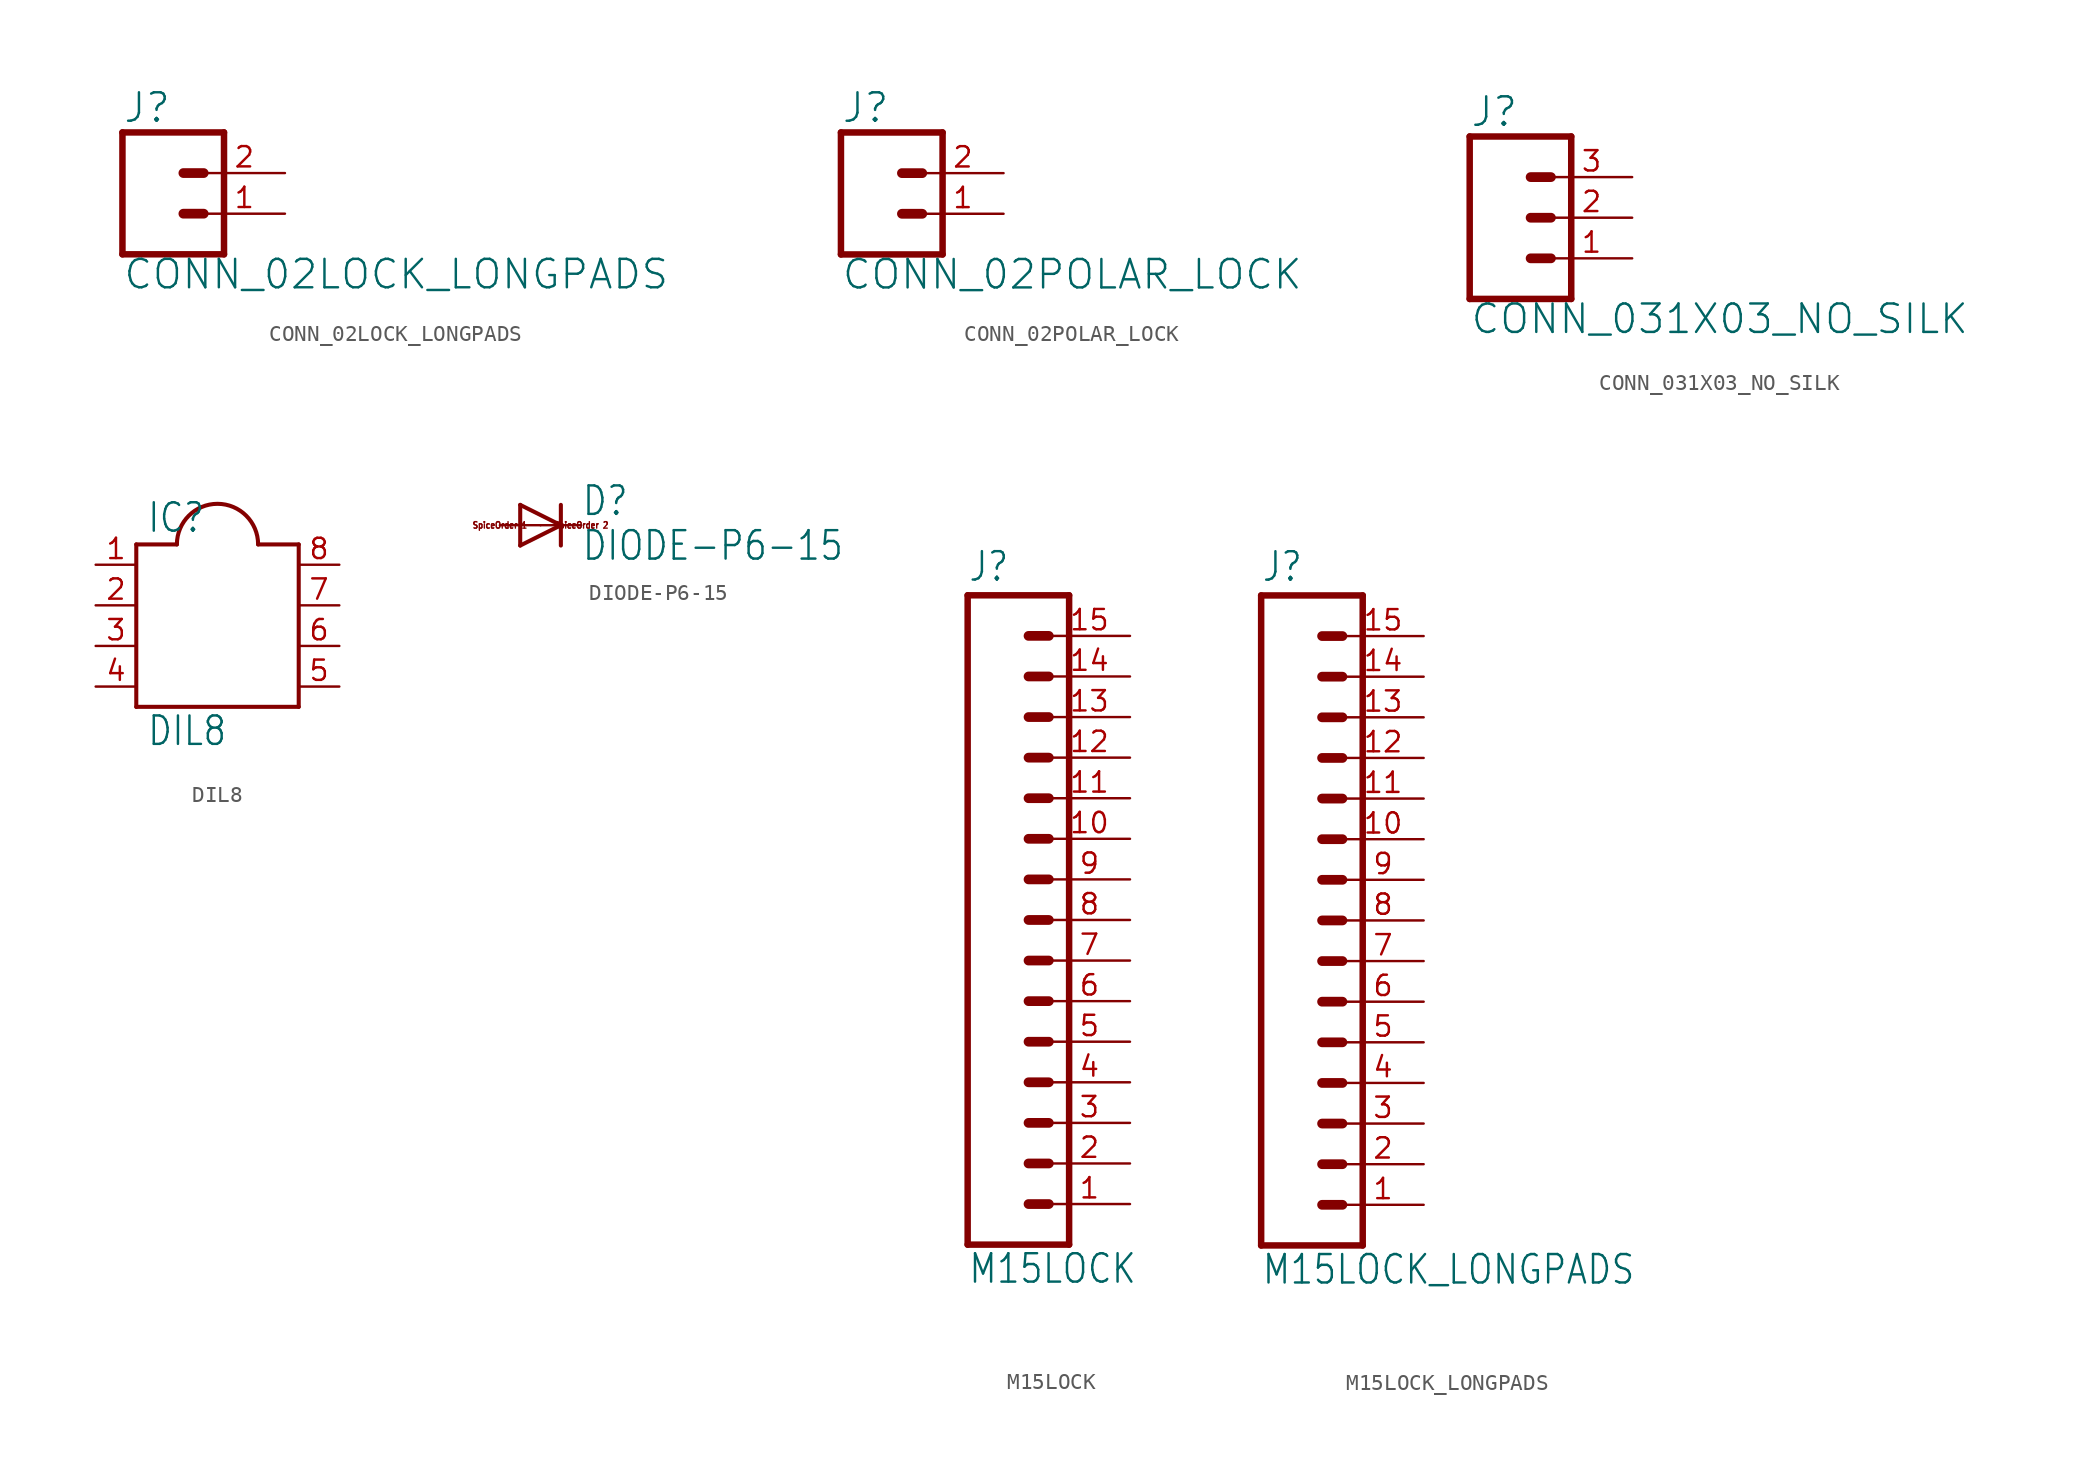
<source format=kicad_sym>
(kicad_symbol_lib
  (version 20211014)
  (generator kicad_symbol_editor)
  (symbol "CONN_02LOCK_LONGPADS"
    (property "Reference" "J"
      (at -2.54 5.588 0)
      (effects (font (size 1.778 1.778)) (justify left bottom)))
    (property "Value" "CONN_02LOCK_LONGPADS"
      (at -2.54 -4.826 0)
      (effects (font (size 1.778 1.778)) (justify left bottom)))
    (property "ki_locked" ""
      (at 0 0 0)
      (effects (font (size 1.27 1.27))))
    (symbol "CONN_02LOCK_LONGPADS_1_0"
      (polyline (pts (xy -2.54 5.08) (xy -2.54 -2.54)) (stroke (width 0.406) (type default) (color 0 0 0 0)) (fill (type none)))
      (polyline (pts (xy -2.54 5.08) (xy 3.81 5.08)) (stroke (width 0.406) (type default) (color 0 0 0 0)) (fill (type none)))
      (polyline (pts (xy 1.27 0) (xy 2.54 0)) (stroke (width 0.61) (type default) (color 0 0 0 0)) (fill (type none)))
      (polyline (pts (xy 1.27 2.54) (xy 2.54 2.54)) (stroke (width 0.61) (type default) (color 0 0 0 0)) (fill (type none)))
      (polyline (pts (xy 3.81 -2.54) (xy -2.54 -2.54)) (stroke (width 0.406) (type default) (color 0 0 0 0)) (fill (type none)))
      (polyline (pts (xy 3.81 -2.54) (xy 3.81 5.08)) (stroke (width 0.406) (type default) (color 0 0 0 0)) (fill (type none)))
      (pin passive line (at 7.62 0 180) (length 5.08) (name "1" (effects (font (size 0 0)))) (number "1" (effects (font (size 1.27 1.27)))))
      (pin passive line (at 7.62 2.54 180) (length 5.08) (name "2" (effects (font (size 0 0)))) (number "2" (effects (font (size 1.27 1.27)))))))
  (symbol "CONN_02POLAR_LOCK"
    (property "Reference" "J"
      (at -2.54 5.588 0)
      (effects (font (size 1.778 1.778)) (justify left bottom)))
    (property "Value" "CONN_02POLAR_LOCK"
      (at -2.54 -4.826 0)
      (effects (font (size 1.778 1.778)) (justify left bottom)))
    (property "ki_locked" ""
      (at 0 0 0)
      (effects (font (size 1.27 1.27))))
    (symbol "CONN_02POLAR_LOCK_1_0"
      (polyline (pts (xy -2.54 5.08) (xy -2.54 -2.54)) (stroke (width 0.406) (type default) (color 0 0 0 0)) (fill (type none)))
      (polyline (pts (xy -2.54 5.08) (xy 3.81 5.08)) (stroke (width 0.406) (type default) (color 0 0 0 0)) (fill (type none)))
      (polyline (pts (xy 1.27 0) (xy 2.54 0)) (stroke (width 0.61) (type default) (color 0 0 0 0)) (fill (type none)))
      (polyline (pts (xy 1.27 2.54) (xy 2.54 2.54)) (stroke (width 0.61) (type default) (color 0 0 0 0)) (fill (type none)))
      (polyline (pts (xy 3.81 -2.54) (xy -2.54 -2.54)) (stroke (width 0.406) (type default) (color 0 0 0 0)) (fill (type none)))
      (polyline (pts (xy 3.81 -2.54) (xy 3.81 5.08)) (stroke (width 0.406) (type default) (color 0 0 0 0)) (fill (type none)))
      (pin passive line (at 7.62 0 180) (length 5.08) (name "1" (effects (font (size 0 0)))) (number "1" (effects (font (size 1.27 1.27)))))
      (pin passive line (at 7.62 2.54 180) (length 5.08) (name "2" (effects (font (size 0 0)))) (number "2" (effects (font (size 1.27 1.27)))))))
  (symbol "CONN_031X03_NO_SILK"
    (property "Reference" "J"
      (at -2.54 5.588 0)
      (effects (font (size 1.778 1.778)) (justify left bottom)))
    (property "Value" "CONN_031X03_NO_SILK"
      (at -2.54 -7.366 0)
      (effects (font (size 1.778 1.778)) (justify left bottom)))
    (property "ki_locked" ""
      (at 0 0 0)
      (effects (font (size 1.27 1.27))))
    (symbol "CONN_031X03_NO_SILK_1_0"
      (polyline (pts (xy -2.54 5.08) (xy -2.54 -5.08)) (stroke (width 0.406) (type default) (color 0 0 0 0)) (fill (type none)))
      (polyline (pts (xy -2.54 5.08) (xy 3.81 5.08)) (stroke (width 0.406) (type default) (color 0 0 0 0)) (fill (type none)))
      (polyline (pts (xy 1.27 -2.54) (xy 2.54 -2.54)) (stroke (width 0.61) (type default) (color 0 0 0 0)) (fill (type none)))
      (polyline (pts (xy 1.27 0) (xy 2.54 0)) (stroke (width 0.61) (type default) (color 0 0 0 0)) (fill (type none)))
      (polyline (pts (xy 1.27 2.54) (xy 2.54 2.54)) (stroke (width 0.61) (type default) (color 0 0 0 0)) (fill (type none)))
      (polyline (pts (xy 3.81 -5.08) (xy -2.54 -5.08)) (stroke (width 0.406) (type default) (color 0 0 0 0)) (fill (type none)))
      (polyline (pts (xy 3.81 -5.08) (xy 3.81 5.08)) (stroke (width 0.406) (type default) (color 0 0 0 0)) (fill (type none)))
      (pin passive line (at 7.62 -2.54 180) (length 5.08) (name "1" (effects (font (size 0 0)))) (number "1" (effects (font (size 1.27 1.27)))))
      (pin passive line (at 7.62 0 180) (length 5.08) (name "2" (effects (font (size 0 0)))) (number "2" (effects (font (size 1.27 1.27)))))
      (pin passive line (at 7.62 2.54 180) (length 5.08) (name "3" (effects (font (size 0 0)))) (number "3" (effects (font (size 1.27 1.27)))))))
  (symbol "DIL8"
    (property "Reference" "IC"
      (at -4.445 4.445 0)
      (effects (font (size 1.778 1.511)) (justify left bottom)))
    (property "Value" "DIL8"
      (at -4.445 -8.89 0)
      (effects (font (size 1.778 1.511)) (justify left bottom)))
    (property "ki_locked" ""
      (at 0 0 0)
      (effects (font (size 1.27 1.27))))
    (symbol "DIL8_1_0"
      (polyline (pts (xy -5.08 -6.35) (xy 5.08 -6.35)) (stroke (width 0.254) (type default) (color 0 0 0 0)) (fill (type none)))
      (polyline (pts (xy -5.08 3.81) (xy -5.08 -6.35)) (stroke (width 0.254) (type default) (color 0 0 0 0)) (fill (type none)))
      (polyline (pts (xy -5.08 3.81) (xy -2.54 3.81)) (stroke (width 0.254) (type default) (color 0 0 0 0)) (fill (type none)))
      (polyline (pts (xy 5.08 -6.35) (xy 5.08 3.81)) (stroke (width 0.254) (type default) (color 0 0 0 0)) (fill (type none)))
      (polyline (pts (xy 5.08 3.81) (xy 2.54 3.81)) (stroke (width 0.254) (type default) (color 0 0 0 0)) (fill (type none)))
      (arc (start 2.54 3.81) (mid 0 6.35) (end -2.54 3.81) (stroke (width 0.254) (type default) (color 0 0 0 0)) (fill (type none)))
      (pin passive line (at -7.62 2.54 0) (length 2.54) (name "1" (effects (font (size 0 0)))) (number "1" (effects (font (size 1.27 1.27)))))
      (pin passive line (at -7.62 0 0) (length 2.54) (name "2" (effects (font (size 0 0)))) (number "2" (effects (font (size 1.27 1.27)))))
      (pin passive line (at -7.62 -2.54 0) (length 2.54) (name "3" (effects (font (size 0 0)))) (number "3" (effects (font (size 1.27 1.27)))))
      (pin passive line (at -7.62 -5.08 0) (length 2.54) (name "4" (effects (font (size 0 0)))) (number "4" (effects (font (size 1.27 1.27)))))
      (pin passive line (at 7.62 -5.08 180) (length 2.54) (name "5" (effects (font (size 0 0)))) (number "5" (effects (font (size 1.27 1.27)))))
      (pin passive line (at 7.62 -2.54 180) (length 2.54) (name "6" (effects (font (size 0 0)))) (number "6" (effects (font (size 1.27 1.27)))))
      (pin passive line (at 7.62 0 180) (length 2.54) (name "7" (effects (font (size 0 0)))) (number "7" (effects (font (size 1.27 1.27)))))
      (pin passive line (at 7.62 2.54 180) (length 2.54) (name "8" (effects (font (size 0 0)))) (number "8" (effects (font (size 1.27 1.27)))))))
  (symbol "DIODE-P6-15"
    (property "Reference" "D"
      (at 2.54 0.483 0)
      (effects (font (size 1.778 1.511)) (justify left bottom)))
    (property "Value" "DIODE-P6-15"
      (at 2.54 -2.311 0)
      (effects (font (size 1.778 1.511)) (justify left bottom)))
    (property "ki_locked" ""
      (at 0 0 0)
      (effects (font (size 1.27 1.27))))
    (symbol "DIODE-P6-15_1_0"
      (polyline (pts (xy -1.27 -1.27) (xy 1.27 0)) (stroke (width 0.254) (type default) (color 0 0 0 0)) (fill (type none)))
      (polyline (pts (xy -1.27 1.27) (xy -1.27 -1.27)) (stroke (width 0.254) (type default) (color 0 0 0 0)) (fill (type none)))
      (polyline (pts (xy 1.27 0) (xy -1.27 1.27)) (stroke (width 0.254) (type default) (color 0 0 0 0)) (fill (type none)))
      (polyline (pts (xy 1.27 0) (xy 1.27 -1.27)) (stroke (width 0.254) (type default) (color 0 0 0 0)) (fill (type none)))
      (polyline (pts (xy 1.27 1.27) (xy 1.27 0)) (stroke (width 0.254) (type default) (color 0 0 0 0)) (fill (type none)))
      (text "SpiceOrder 1" (at -2.54 0 0) (effects (font (size 0.406 0.345))))
      (text "SpiceOrder 2" (at 2.54 0 0) (effects (font (size 0.406 0.345))))
      (pin passive line (at -2.54 0 0) (length 2.54) (name "A" (effects (font (size 0 0)))) (number "A" (effects (font (size 0 0)))))
      (pin passive line (at 2.54 0 180) (length 2.54) (name "C" (effects (font (size 0 0)))) (number "C" (effects (font (size 0 0)))))))
  (symbol "M15LOCK"
    (property "Reference" "J"
      (at 0 21.082 0)
      (effects (font (size 1.778 1.511)) (justify left bottom)))
    (property "Value" "M15LOCK"
      (at 0 -22.86 0)
      (effects (font (size 1.778 1.511)) (justify left bottom)))
    (property "ki_locked" ""
      (at 0 0 0)
      (effects (font (size 1.27 1.27))))
    (symbol "M15LOCK_1_0"
      (polyline (pts (xy 0 20.32) (xy 0 -20.32)) (stroke (width 0.406) (type default) (color 0 0 0 0)) (fill (type none)))
      (polyline (pts (xy 0 20.32) (xy 6.35 20.32)) (stroke (width 0.406) (type default) (color 0 0 0 0)) (fill (type none)))
      (polyline (pts (xy 3.81 -17.78) (xy 5.08 -17.78)) (stroke (width 0.61) (type default) (color 0 0 0 0)) (fill (type none)))
      (polyline (pts (xy 3.81 -15.24) (xy 5.08 -15.24)) (stroke (width 0.61) (type default) (color 0 0 0 0)) (fill (type none)))
      (polyline (pts (xy 3.81 -12.7) (xy 5.08 -12.7)) (stroke (width 0.61) (type default) (color 0 0 0 0)) (fill (type none)))
      (polyline (pts (xy 3.81 -10.16) (xy 5.08 -10.16)) (stroke (width 0.61) (type default) (color 0 0 0 0)) (fill (type none)))
      (polyline (pts (xy 3.81 -7.62) (xy 5.08 -7.62)) (stroke (width 0.61) (type default) (color 0 0 0 0)) (fill (type none)))
      (polyline (pts (xy 3.81 -5.08) (xy 5.08 -5.08)) (stroke (width 0.61) (type default) (color 0 0 0 0)) (fill (type none)))
      (polyline (pts (xy 3.81 -2.54) (xy 5.08 -2.54)) (stroke (width 0.61) (type default) (color 0 0 0 0)) (fill (type none)))
      (polyline (pts (xy 3.81 0) (xy 5.08 0)) (stroke (width 0.61) (type default) (color 0 0 0 0)) (fill (type none)))
      (polyline (pts (xy 3.81 2.54) (xy 5.08 2.54)) (stroke (width 0.61) (type default) (color 0 0 0 0)) (fill (type none)))
      (polyline (pts (xy 3.81 5.08) (xy 5.08 5.08)) (stroke (width 0.61) (type default) (color 0 0 0 0)) (fill (type none)))
      (polyline (pts (xy 3.81 7.62) (xy 5.08 7.62)) (stroke (width 0.61) (type default) (color 0 0 0 0)) (fill (type none)))
      (polyline (pts (xy 3.81 10.16) (xy 5.08 10.16)) (stroke (width 0.61) (type default) (color 0 0 0 0)) (fill (type none)))
      (polyline (pts (xy 3.81 12.7) (xy 5.08 12.7)) (stroke (width 0.61) (type default) (color 0 0 0 0)) (fill (type none)))
      (polyline (pts (xy 3.81 15.24) (xy 5.08 15.24)) (stroke (width 0.61) (type default) (color 0 0 0 0)) (fill (type none)))
      (polyline (pts (xy 3.81 17.78) (xy 5.08 17.78)) (stroke (width 0.61) (type default) (color 0 0 0 0)) (fill (type none)))
      (polyline (pts (xy 6.35 -20.32) (xy 0 -20.32)) (stroke (width 0.406) (type default) (color 0 0 0 0)) (fill (type none)))
      (polyline (pts (xy 6.35 -20.32) (xy 6.35 20.32)) (stroke (width 0.406) (type default) (color 0 0 0 0)) (fill (type none)))
      (pin passive line (at 10.16 -17.78 180) (length 5.08) (name "1" (effects (font (size 0 0)))) (number "1" (effects (font (size 1.27 1.27)))))
      (pin passive line (at 10.16 5.08 180) (length 5.08) (name "10" (effects (font (size 0 0)))) (number "10" (effects (font (size 1.27 1.27)))))
      (pin passive line (at 10.16 7.62 180) (length 5.08) (name "11" (effects (font (size 0 0)))) (number "11" (effects (font (size 1.27 1.27)))))
      (pin passive line (at 10.16 10.16 180) (length 5.08) (name "12" (effects (font (size 0 0)))) (number "12" (effects (font (size 1.27 1.27)))))
      (pin passive line (at 10.16 12.7 180) (length 5.08) (name "13" (effects (font (size 0 0)))) (number "13" (effects (font (size 1.27 1.27)))))
      (pin passive line (at 10.16 15.24 180) (length 5.08) (name "14" (effects (font (size 0 0)))) (number "14" (effects (font (size 1.27 1.27)))))
      (pin passive line (at 10.16 17.78 180) (length 5.08) (name "15" (effects (font (size 0 0)))) (number "15" (effects (font (size 1.27 1.27)))))
      (pin passive line (at 10.16 -15.24 180) (length 5.08) (name "2" (effects (font (size 0 0)))) (number "2" (effects (font (size 1.27 1.27)))))
      (pin passive line (at 10.16 -12.7 180) (length 5.08) (name "3" (effects (font (size 0 0)))) (number "3" (effects (font (size 1.27 1.27)))))
      (pin passive line (at 10.16 -10.16 180) (length 5.08) (name "4" (effects (font (size 0 0)))) (number "4" (effects (font (size 1.27 1.27)))))
      (pin passive line (at 10.16 -7.62 180) (length 5.08) (name "5" (effects (font (size 0 0)))) (number "5" (effects (font (size 1.27 1.27)))))
      (pin passive line (at 10.16 -5.08 180) (length 5.08) (name "6" (effects (font (size 0 0)))) (number "6" (effects (font (size 1.27 1.27)))))
      (pin passive line (at 10.16 -2.54 180) (length 5.08) (name "7" (effects (font (size 0 0)))) (number "7" (effects (font (size 1.27 1.27)))))
      (pin passive line (at 10.16 0 180) (length 5.08) (name "8" (effects (font (size 0 0)))) (number "8" (effects (font (size 1.27 1.27)))))
      (pin passive line (at 10.16 2.54 180) (length 5.08) (name "9" (effects (font (size 0 0)))) (number "9" (effects (font (size 1.27 1.27)))))))
  (symbol "M15LOCK_LONGPADS"
    (property "Reference" "J"
      (at 0 21.082 0)
      (effects (font (size 1.778 1.511)) (justify left bottom)))
    (property "Value" "M15LOCK_LONGPADS"
      (at 0 -22.86 0)
      (effects (font (size 1.778 1.511)) (justify left bottom)))
    (property "ki_locked" ""
      (at 0 0 0)
      (effects (font (size 1.27 1.27))))
    (symbol "M15LOCK_LONGPADS_1_0"
      (polyline (pts (xy 0 20.32) (xy 0 -20.32)) (stroke (width 0.406) (type default) (color 0 0 0 0)) (fill (type none)))
      (polyline (pts (xy 0 20.32) (xy 6.35 20.32)) (stroke (width 0.406) (type default) (color 0 0 0 0)) (fill (type none)))
      (polyline (pts (xy 3.81 -17.78) (xy 5.08 -17.78)) (stroke (width 0.61) (type default) (color 0 0 0 0)) (fill (type none)))
      (polyline (pts (xy 3.81 -15.24) (xy 5.08 -15.24)) (stroke (width 0.61) (type default) (color 0 0 0 0)) (fill (type none)))
      (polyline (pts (xy 3.81 -12.7) (xy 5.08 -12.7)) (stroke (width 0.61) (type default) (color 0 0 0 0)) (fill (type none)))
      (polyline (pts (xy 3.81 -10.16) (xy 5.08 -10.16)) (stroke (width 0.61) (type default) (color 0 0 0 0)) (fill (type none)))
      (polyline (pts (xy 3.81 -7.62) (xy 5.08 -7.62)) (stroke (width 0.61) (type default) (color 0 0 0 0)) (fill (type none)))
      (polyline (pts (xy 3.81 -5.08) (xy 5.08 -5.08)) (stroke (width 0.61) (type default) (color 0 0 0 0)) (fill (type none)))
      (polyline (pts (xy 3.81 -2.54) (xy 5.08 -2.54)) (stroke (width 0.61) (type default) (color 0 0 0 0)) (fill (type none)))
      (polyline (pts (xy 3.81 0) (xy 5.08 0)) (stroke (width 0.61) (type default) (color 0 0 0 0)) (fill (type none)))
      (polyline (pts (xy 3.81 2.54) (xy 5.08 2.54)) (stroke (width 0.61) (type default) (color 0 0 0 0)) (fill (type none)))
      (polyline (pts (xy 3.81 5.08) (xy 5.08 5.08)) (stroke (width 0.61) (type default) (color 0 0 0 0)) (fill (type none)))
      (polyline (pts (xy 3.81 7.62) (xy 5.08 7.62)) (stroke (width 0.61) (type default) (color 0 0 0 0)) (fill (type none)))
      (polyline (pts (xy 3.81 10.16) (xy 5.08 10.16)) (stroke (width 0.61) (type default) (color 0 0 0 0)) (fill (type none)))
      (polyline (pts (xy 3.81 12.7) (xy 5.08 12.7)) (stroke (width 0.61) (type default) (color 0 0 0 0)) (fill (type none)))
      (polyline (pts (xy 3.81 15.24) (xy 5.08 15.24)) (stroke (width 0.61) (type default) (color 0 0 0 0)) (fill (type none)))
      (polyline (pts (xy 3.81 17.78) (xy 5.08 17.78)) (stroke (width 0.61) (type default) (color 0 0 0 0)) (fill (type none)))
      (polyline (pts (xy 6.35 -20.32) (xy 0 -20.32)) (stroke (width 0.406) (type default) (color 0 0 0 0)) (fill (type none)))
      (polyline (pts (xy 6.35 -20.32) (xy 6.35 20.32)) (stroke (width 0.406) (type default) (color 0 0 0 0)) (fill (type none)))
      (pin passive line (at 10.16 -17.78 180) (length 5.08) (name "1" (effects (font (size 0 0)))) (number "1" (effects (font (size 1.27 1.27)))))
      (pin passive line (at 10.16 5.08 180) (length 5.08) (name "10" (effects (font (size 0 0)))) (number "10" (effects (font (size 1.27 1.27)))))
      (pin passive line (at 10.16 7.62 180) (length 5.08) (name "11" (effects (font (size 0 0)))) (number "11" (effects (font (size 1.27 1.27)))))
      (pin passive line (at 10.16 10.16 180) (length 5.08) (name "12" (effects (font (size 0 0)))) (number "12" (effects (font (size 1.27 1.27)))))
      (pin passive line (at 10.16 12.7 180) (length 5.08) (name "13" (effects (font (size 0 0)))) (number "13" (effects (font (size 1.27 1.27)))))
      (pin passive line (at 10.16 15.24 180) (length 5.08) (name "14" (effects (font (size 0 0)))) (number "14" (effects (font (size 1.27 1.27)))))
      (pin passive line (at 10.16 17.78 180) (length 5.08) (name "15" (effects (font (size 0 0)))) (number "15" (effects (font (size 1.27 1.27)))))
      (pin passive line (at 10.16 -15.24 180) (length 5.08) (name "2" (effects (font (size 0 0)))) (number "2" (effects (font (size 1.27 1.27)))))
      (pin passive line (at 10.16 -12.7 180) (length 5.08) (name "3" (effects (font (size 0 0)))) (number "3" (effects (font (size 1.27 1.27)))))
      (pin passive line (at 10.16 -10.16 180) (length 5.08) (name "4" (effects (font (size 0 0)))) (number "4" (effects (font (size 1.27 1.27)))))
      (pin passive line (at 10.16 -7.62 180) (length 5.08) (name "5" (effects (font (size 0 0)))) (number "5" (effects (font (size 1.27 1.27)))))
      (pin passive line (at 10.16 -5.08 180) (length 5.08) (name "6" (effects (font (size 0 0)))) (number "6" (effects (font (size 1.27 1.27)))))
      (pin passive line (at 10.16 -2.54 180) (length 5.08) (name "7" (effects (font (size 0 0)))) (number "7" (effects (font (size 1.27 1.27)))))
      (pin passive line (at 10.16 0 180) (length 5.08) (name "8" (effects (font (size 0 0)))) (number "8" (effects (font (size 1.27 1.27)))))
      (pin passive line (at 10.16 2.54 180) (length 5.08) (name "9" (effects (font (size 0 0)))) (number "9" (effects (font (size 1.27 1.27))))))))
</source>
